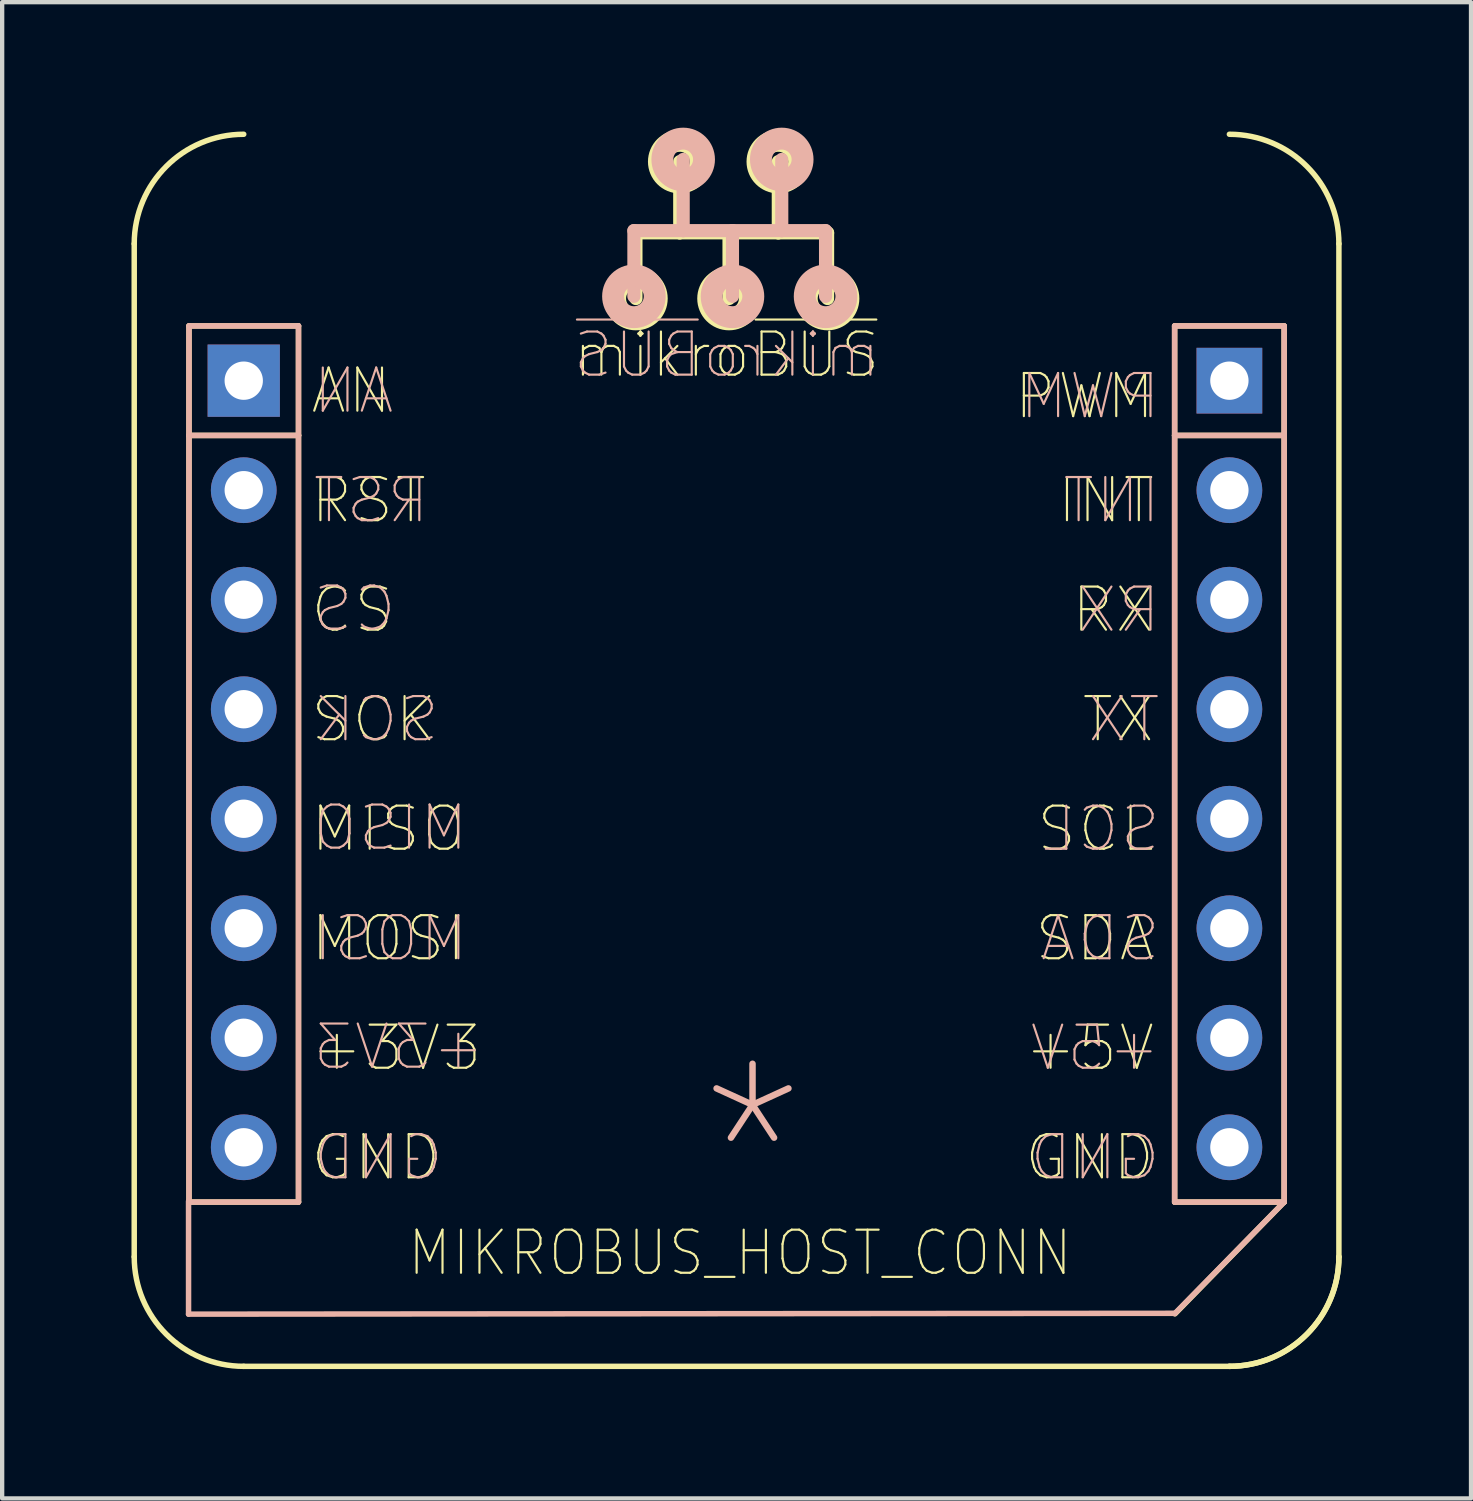
<source format=kicad_pcb>
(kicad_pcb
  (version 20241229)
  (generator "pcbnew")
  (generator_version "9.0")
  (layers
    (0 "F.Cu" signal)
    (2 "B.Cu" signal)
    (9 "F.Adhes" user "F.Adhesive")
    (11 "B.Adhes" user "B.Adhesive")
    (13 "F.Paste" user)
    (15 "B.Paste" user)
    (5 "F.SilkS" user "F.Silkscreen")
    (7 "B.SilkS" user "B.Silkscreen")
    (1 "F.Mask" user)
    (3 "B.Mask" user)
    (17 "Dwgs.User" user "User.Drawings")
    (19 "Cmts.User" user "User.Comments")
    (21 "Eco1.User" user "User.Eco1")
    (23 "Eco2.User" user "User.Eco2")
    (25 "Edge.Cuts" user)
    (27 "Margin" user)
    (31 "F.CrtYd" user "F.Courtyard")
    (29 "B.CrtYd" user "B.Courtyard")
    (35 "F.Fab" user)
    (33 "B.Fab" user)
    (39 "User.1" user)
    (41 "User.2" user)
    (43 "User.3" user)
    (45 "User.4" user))
  (footprint "MIKROBUS_HOST_CONN"
    (layer "F.Cu")
    (at 2.603 5.779)
    (property "Reference" "MIKROBUS_HOST_CONN" (at 11.51 20.23 0) (layer "F.SilkS") (effects (font (size 1 0.9) (thickness 0.05))))
    (attr through_hole)
    (fp_line (start -2.54 -3.175) (end -2.54 20.32) (stroke (width 0.127) (type solid)) (layer "F.SilkS"))
    (fp_line (start -1.27 -1.27) (end -1.27 1.27) (stroke (width 0.127) (type solid)) (layer "F.SilkS"))
    (fp_line (start -1.27 1.27) (end -1.27 19.05) (stroke (width 0.127) (type solid)) (layer "F.SilkS"))
    (fp_line (start -1.27 1.27) (end 1.27 1.27) (stroke (width 0.127) (type solid)) (layer "F.SilkS"))
    (fp_line (start -1.27 19.05) (end 1.27 19.05) (stroke (width 0.127) (type solid)) (layer "F.SilkS"))
    (fp_line (start 0 22.86) (end 22.86 22.86) (stroke (width 0.127) (type solid)) (layer "F.SilkS"))
    (fp_line (start 1.27 -1.27) (end -1.27 -1.27) (stroke (width 0.127) (type solid)) (layer "F.SilkS"))
    (fp_line (start 1.27 1.27) (end 1.27 -1.27) (stroke (width 0.127) (type solid)) (layer "F.SilkS"))
    (fp_line (start 1.27 19.05) (end 1.27 1.27) (stroke (width 0.127) (type solid)) (layer "F.SilkS"))
    (fp_line (start 9.096 -3.429) (end 9.096 -1.905) (stroke (width 0.305) (type solid)) (layer "F.SilkS"))
    (fp_line (start 9.096 -3.429) (end 10.112 -3.429) (stroke (width 0.305) (type solid)) (layer "F.SilkS"))
    (fp_line (start 10.112 -3.429) (end 10.112 -5.08) (stroke (width 0.305) (type solid)) (layer "F.SilkS"))
    (fp_line (start 10.112 -3.429) (end 11.255 -3.429) (stroke (width 0.305) (type solid)) (layer "F.SilkS"))
    (fp_line (start 11.255 -3.429) (end 11.255 -1.905) (stroke (width 0.305) (type solid)) (layer "F.SilkS"))
    (fp_line (start 11.255 -3.429) (end 12.398 -3.429) (stroke (width 0.305) (type solid)) (layer "F.SilkS"))
    (fp_line (start 12.398 -3.429) (end 12.398 -5.08) (stroke (width 0.305) (type solid)) (layer "F.SilkS"))
    (fp_line (start 12.398 -3.429) (end 13.541 -3.429) (stroke (width 0.305) (type solid)) (layer "F.SilkS"))
    (fp_line (start 13.541 -3.429) (end 13.541 -1.905) (stroke (width 0.305) (type solid)) (layer "F.SilkS"))
    (fp_line (start 21.59 -1.27) (end 21.59 1.27) (stroke (width 0.127) (type solid)) (layer "F.SilkS"))
    (fp_line (start 21.59 -1.27) (end 24.13 -1.27) (stroke (width 0.127) (type solid)) (layer "F.SilkS"))
    (fp_line (start 21.59 1.27) (end 21.59 19.05) (stroke (width 0.127) (type solid)) (layer "F.SilkS"))
    (fp_line (start 21.59 1.27) (end 24.13 1.27) (stroke (width 0.127) (type solid)) (layer "F.SilkS"))
    (fp_line (start 21.59 19.05) (end 24.13 19.05) (stroke (width 0.127) (type solid)) (layer "F.SilkS"))
    (fp_line (start 24.13 -1.27) (end 24.13 19.05) (stroke (width 0.127) (type solid)) (layer "F.SilkS"))
    (fp_line (start 24.13 19.05) (end 21.6 21.64) (stroke (width 0.127) (type solid)) (layer "F.SilkS"))
    (fp_line (start 25.4 -3.175) (end 25.4 20.32) (stroke (width 0.127) (type solid)) (layer "F.SilkS"))
    (fp_arc (start -2.54 -3.175) (mid -1.796051 -4.971051) (end 0 -5.715) (stroke (width 0.127) (type solid)) (layer "F.SilkS"))
    (fp_arc (start 0 22.86) (mid -1.796051 22.116051) (end -2.54 20.32) (stroke (width 0.127) (type solid)) (layer "F.SilkS"))
    (fp_arc (start 22.86 -5.715) (mid 24.656051 -4.971051) (end 25.4 -3.175) (stroke (width 0.127) (type solid)) (layer "F.SilkS"))
    (fp_arc (start 25.4 20.32) (mid 24.656051 22.116051) (end 22.86 22.86) (stroke (width 0.127) (type solid)) (layer "F.SilkS"))
    (fp_arc (start 25.4 20.32) (mid 24.656051 22.116051) (end 22.86 22.86) (stroke (width 0.127) (type solid)) (layer "F.SilkS"))
    (fp_circle (center 9.096 -1.905) (end 9.325 -1.905) (stroke (width 0.508) (type solid)) (fill no) (layer "F.SilkS"))
    (fp_circle (center 10.112 -5.08) (end 10.341 -5.08) (stroke (width 0.508) (type solid)) (fill no) (layer "F.SilkS"))
    (fp_circle (center 11.255 -1.905) (end 11.484 -1.905) (stroke (width 0.508) (type solid)) (fill no) (layer "F.SilkS"))
    (fp_circle (center 12.398 -5.08) (end 12.627 -5.08) (stroke (width 0.508) (type solid)) (fill no) (layer "F.SilkS"))
    (fp_circle (center 13.541 -1.905) (end 13.77 -1.905) (stroke (width 0.508) (type solid)) (fill no) (layer "F.SilkS"))
    (fp_line (start -1.28 19.03) (end -1.28 21.65) (stroke (width 0.127) (type solid)) (layer "B.SilkS"))
    (fp_line (start -1.28 21.65) (end 21.59 21.63) (stroke (width 0.127) (type solid)) (layer "B.SilkS"))
    (fp_line (start -1.27 -1.27) (end -1.27 1.27) (stroke (width 0.127) (type solid)) (layer "B.SilkS"))
    (fp_line (start -1.27 1.27) (end -1.27 19.05) (stroke (width 0.127) (type solid)) (layer "B.SilkS"))
    (fp_line (start -1.27 1.27) (end 1.27 1.27) (stroke (width 0.127) (type solid)) (layer "B.SilkS"))
    (fp_line (start -1.27 19.05) (end 1.27 19.05) (stroke (width 0.127) (type solid)) (layer "B.SilkS"))
    (fp_line (start 1.27 -1.27) (end -1.27 -1.27) (stroke (width 0.127) (type solid)) (layer "B.SilkS"))
    (fp_line (start 1.27 1.27) (end 1.27 -1.27) (stroke (width 0.127) (type solid)) (layer "B.SilkS"))
    (fp_line (start 1.27 19.05) (end 1.27 1.27) (stroke (width 0.127) (type solid)) (layer "B.SilkS"))
    (fp_line (start 9.049 -3.48) (end 9.049 -1.956) (stroke (width 0.305) (type solid)) (layer "B.SilkS"))
    (fp_line (start 10.192 -3.48) (end 9.049 -3.48) (stroke (width 0.305) (type solid)) (layer "B.SilkS"))
    (fp_line (start 10.192 -3.48) (end 10.192 -5.131) (stroke (width 0.305) (type solid)) (layer "B.SilkS"))
    (fp_line (start 11.335 -3.48) (end 10.192 -3.48) (stroke (width 0.305) (type solid)) (layer "B.SilkS"))
    (fp_line (start 11.335 -3.48) (end 11.335 -1.956) (stroke (width 0.305) (type solid)) (layer "B.SilkS"))
    (fp_line (start 12.478 -3.48) (end 11.335 -3.48) (stroke (width 0.305) (type solid)) (layer "B.SilkS"))
    (fp_line (start 12.478 -3.48) (end 12.478 -5.131) (stroke (width 0.305) (type solid)) (layer "B.SilkS"))
    (fp_line (start 13.494 -3.48) (end 12.478 -3.48) (stroke (width 0.305) (type solid)) (layer "B.SilkS"))
    (fp_line (start 13.494 -3.48) (end 13.494 -1.956) (stroke (width 0.305) (type solid)) (layer "B.SilkS"))
    (fp_line (start 21.59 -1.27) (end 21.59 1.27) (stroke (width 0.127) (type solid)) (layer "B.SilkS"))
    (fp_line (start 21.59 -1.27) (end 24.13 -1.27) (stroke (width 0.127) (type solid)) (layer "B.SilkS"))
    (fp_line (start 21.59 1.27) (end 21.59 19.05) (stroke (width 0.127) (type solid)) (layer "B.SilkS"))
    (fp_line (start 21.59 1.27) (end 24.13 1.27) (stroke (width 0.127) (type solid)) (layer "B.SilkS"))
    (fp_line (start 21.59 19.05) (end 24.13 19.05) (stroke (width 0.127) (type solid)) (layer "B.SilkS"))
    (fp_line (start 24.13 -1.27) (end 24.13 19.05) (stroke (width 0.127) (type solid)) (layer "B.SilkS"))
    (fp_line (start 24.13 19.05) (end 21.59 21.64) (stroke (width 0.127) (type solid)) (layer "B.SilkS"))
    (fp_circle (center 9.049 -1.956) (end 9.278 -1.956) (stroke (width 0.508) (type solid)) (fill no) (layer "B.SilkS"))
    (fp_circle (center 10.192 -5.131) (end 10.421 -5.131) (stroke (width 0.508) (type solid)) (fill no) (layer "B.SilkS"))
    (fp_circle (center 11.335 -1.956) (end 11.564 -1.956) (stroke (width 0.508) (type solid)) (fill no) (layer "B.SilkS"))
    (fp_circle (center 12.478 -5.131) (end 12.707 -5.131) (stroke (width 0.508) (type solid)) (fill no) (layer "B.SilkS"))
    (fp_circle (center 13.494 -1.956) (end 13.723 -1.956) (stroke (width 0.508) (type solid)) (fill no) (layer "B.SilkS"))
    (fp_text user "mikro~{BUS}" (at 11.2 -0.6 0) (layer "F.SilkS") (effects (font (size 1 1) (thickness 0.05))))
    (fp_text user "RX" (at 20.164 5.315 0) (layer "F.SilkS") (effects (font (size 1 1) (thickness 0.05))))
    (fp_text user "GND" (at 19.617 18.015 0) (layer "F.SilkS") (effects (font (size 1 1) (thickness 0.05))))
    (fp_text user "INT" (at 19.998 2.775 0) (layer "F.SilkS") (effects (font (size 1 1) (thickness 0.05))))
    (fp_text user "+3V3" (at 3.54 15.475 0) (layer "F.SilkS") (effects (font (size 1 1) (thickness 0.05))))
    (fp_text user "+5V" (at 19.617 15.475 0) (layer "F.SilkS") (effects (font (size 1 1) (thickness 0.05))))
    (fp_text user "GND" (at 3.064 18.015 0) (layer "F.SilkS") (effects (font (size 1 1) (thickness 0.05))))
    (fp_text user "MOSI" (at 3.35 12.935 0) (layer "F.SilkS") (effects (font (size 1 1) (thickness 0.05))))
    (fp_text user "TX" (at 20.283 7.855 0) (layer "F.SilkS") (effects (font (size 1 1) (thickness 0.05))))
    (fp_text user "PWM" (at 19.498 0.362 0) (layer "F.SilkS") (effects (font (size 1 1) (thickness 0.05))))
    (fp_text user "SCL" (at 19.759 10.395 0) (layer "F.SilkS") (effects (font (size 1 1) (thickness 0.05))))
    (fp_text user "SDA" (at 19.736 12.935 0) (layer "F.SilkS") (effects (font (size 1 1) (thickness 0.05))))
    (fp_text user "SCK" (at 3.016 7.855 0) (layer "F.SilkS") (effects (font (size 1 1) (thickness 0.05))))
    (fp_text user "AN" (at 2.492 0.235 0) (layer "F.SilkS") (effects (font (size 1 1) (thickness 0.05))))
    (fp_text user "MISO" (at 3.35 10.395 0) (layer "F.SilkS") (effects (font (size 1 1) (thickness 0.05))))
    (fp_text user "CS" (at 2.516 5.315 0) (layer "F.SilkS") (effects (font (size 1 1) (thickness 0.05))))
    (fp_text user "RST" (at 2.897 2.775 0) (layer "F.SilkS") (effects (font (size 1 1) (thickness 0.05))))
    (fp_text user "RST" (at 2.953 2.775 0) (layer "B.SilkS") (effects (font (size 1 1) (thickness 0.05)) (justify mirror)))
    (fp_text user "TX" (at 20.411 7.855 0) (layer "B.SilkS") (effects (font (size 1 1) (thickness 0.05)) (justify mirror)))
    (fp_text user "GND" (at 19.744 18.015 0) (layer "B.SilkS") (effects (font (size 1 1) (thickness 0.05)) (justify mirror)))
    (fp_text user "+5V" (at 19.744 15.475 0) (layer "B.SilkS") (effects (font (size 1 1) (thickness 0.05)) (justify mirror)))
    (fp_text user "SCL" (at 19.887 10.395 0) (layer "B.SilkS") (effects (font (size 1 1) (thickness 0.05)) (justify mirror)))
    (fp_text user "mikro~{BUS}" (at 11.2 -0.6 0) (layer "B.SilkS") (effects (font (size 1 1) (thickness 0.05)) (justify mirror)))
    (fp_text user "CS" (at 2.572 5.29 0) (layer "B.SilkS") (effects (font (size 1 1) (thickness 0.05)) (justify mirror)))
    (fp_text user "PWM" (at 19.625 0.362 0) (layer "B.SilkS") (effects (font (size 1 1) (thickness 0.05)) (justify mirror)))
    (fp_text user "MISO" (at 3.405 10.37 0) (layer "B.SilkS") (effects (font (size 1 1) (thickness 0.05)) (justify mirror)))
    (fp_text user "+3V3" (at 3.596 15.45 0) (layer "B.SilkS") (effects (font (size 1 1) (thickness 0.05)) (justify mirror)))
    (fp_text user "GND" (at 3.12 18.015 0) (layer "B.SilkS") (effects (font (size 1 1) (thickness 0.05)) (justify mirror)))
    (fp_text user "SCK" (at 3.072 7.855 0) (layer "B.SilkS") (effects (font (size 1 1) (thickness 0.05)) (justify mirror)))
    (fp_text user "SDA" (at 19.863 12.935 0) (layer "B.SilkS") (effects (font (size 1 1) (thickness 0.05)) (justify mirror)))
    (fp_text user "*" (at 11.8 18 0) (layer "B.SilkS") (effects (font (size 4 3.5) (thickness 0.15)) (justify mirror)))
    (fp_text user "RX" (at 20.291 5.315 0) (layer "B.SilkS") (effects (font (size 1 1) (thickness 0.05)) (justify mirror)))
    (fp_text user "INT" (at 20.125 2.775 0) (layer "B.SilkS") (effects (font (size 1 1) (thickness 0.05)) (justify mirror)))
    (fp_text user "MOSI" (at 3.405 12.935 0) (layer "B.SilkS") (effects (font (size 1 1) (thickness 0.05)) (justify mirror)))
    (fp_text user "AN" (at 2.548 0.235 0) (layer "B.SilkS") (effects (font (size 1 1) (thickness 0.05)) (justify mirror)))
    (pad "P1" thru_hole rect (at 0 0) (size 1.676 1.676) (drill 0.889) (layers "*.Cu" "*.Mask"))
    (pad "P2" thru_hole circle (at 0 2.54) (size 1.524 1.524) (drill 0.889) (layers "*.Cu" "*.Mask"))
    (pad "P3" thru_hole circle (at 0 5.08) (size 1.524 1.524) (drill 0.889) (layers "*.Cu" "*.Mask"))
    (pad "P4" thru_hole circle (at 0 7.62) (size 1.524 1.524) (drill 0.889) (layers "*.Cu" "*.Mask"))
    (pad "P5" thru_hole circle (at 0 10.16) (size 1.524 1.524) (drill 0.889) (layers "*.Cu" "*.Mask"))
    (pad "P6" thru_hole circle (at 0 12.7) (size 1.524 1.524) (drill 0.889) (layers "*.Cu" "*.Mask"))
    (pad "P7" thru_hole circle (at 0 15.24) (size 1.524 1.524) (drill 0.889) (layers "*.Cu" "*.Mask"))
    (pad "P8" thru_hole circle (at 0 17.78) (size 1.524 1.524) (drill 0.889) (layers "*.Cu" "*.Mask"))
    (pad "P9" thru_hole circle (at 22.86 17.78) (size 1.524 1.524) (drill 0.889) (layers "*.Cu" "*.Mask"))
    (pad "P10" thru_hole circle (at 22.86 15.24) (size 1.524 1.524) (drill 0.889) (layers "*.Cu" "*.Mask"))
    (pad "P11" thru_hole circle (at 22.86 12.7) (size 1.524 1.524) (drill 0.889) (layers "*.Cu" "*.Mask"))
    (pad "P12" thru_hole circle (at 22.86 10.16) (size 1.524 1.524) (drill 0.889) (layers "*.Cu" "*.Mask"))
    (pad "P13" thru_hole circle (at 22.86 7.62) (size 1.524 1.524) (drill 0.889) (layers "*.Cu" "*.Mask"))
    (pad "P14" thru_hole circle (at 22.86 5.08) (size 1.524 1.524) (drill 0.889) (layers "*.Cu" "*.Mask"))
    (pad "P15" thru_hole circle (at 22.86 2.54) (size 1.524 1.524) (drill 0.889) (layers "*.Cu" "*.Mask"))
    (pad "P16" thru_hole rect (at 22.86 0) (size 1.524 1.524) (drill 0.889) (layers "*.Cu" "*.Mask")))
  (gr_rect
    (start -3 -3)
    (end 31.067 31.702)
    (stroke (width 0.1) (type default))
    (fill no)
    (layer "Edge.Cuts")))
</source>
